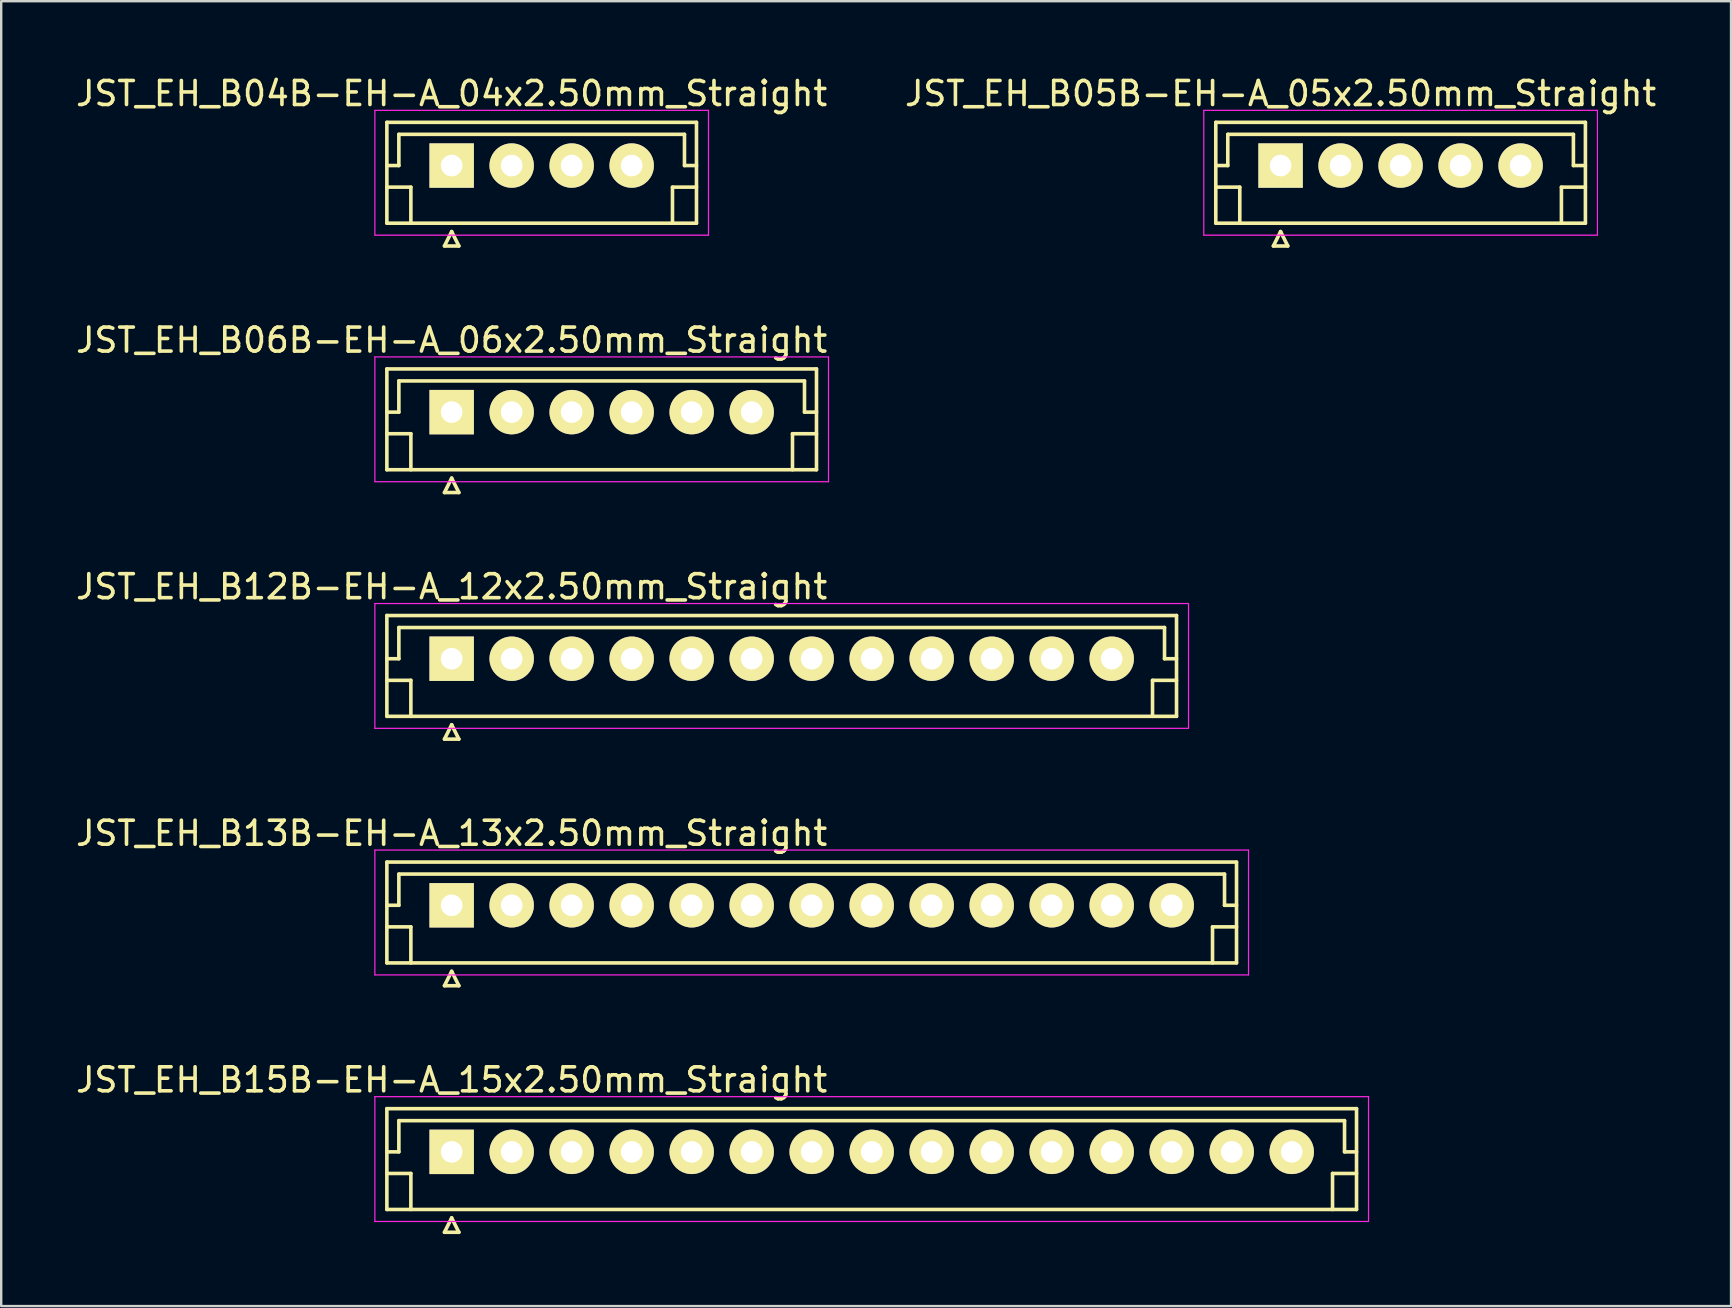
<source format=kicad_pcb>
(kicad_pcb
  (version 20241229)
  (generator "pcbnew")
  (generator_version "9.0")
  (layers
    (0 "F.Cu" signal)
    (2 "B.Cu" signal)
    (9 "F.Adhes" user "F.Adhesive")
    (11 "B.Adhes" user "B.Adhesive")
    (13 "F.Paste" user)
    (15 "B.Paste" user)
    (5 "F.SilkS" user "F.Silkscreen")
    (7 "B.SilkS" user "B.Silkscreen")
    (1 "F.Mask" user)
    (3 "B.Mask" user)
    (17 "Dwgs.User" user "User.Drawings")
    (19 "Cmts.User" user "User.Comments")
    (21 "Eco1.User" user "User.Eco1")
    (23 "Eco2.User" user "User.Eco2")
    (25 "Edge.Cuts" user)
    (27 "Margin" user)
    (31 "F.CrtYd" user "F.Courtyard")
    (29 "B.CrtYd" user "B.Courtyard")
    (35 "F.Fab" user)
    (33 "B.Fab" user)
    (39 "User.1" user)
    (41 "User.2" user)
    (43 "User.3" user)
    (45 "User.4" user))
  (footprint "JST_EH_B04B-EH-A_04x2.50mm_Straight"
    (layer "F.Cu")
    (at 15.768 3.848)
    (property "Reference" "JST_EH_B04B-EH-A_04x2.50mm_Straight" (at 0 -3 0) (layer "F.SilkS") (effects (font (size 1 1) (thickness 0.15))))
    (attr through_hole)
    (fp_line (start -2.7 -1.8) (end -2.7 2.4) (stroke (width 0.15) (type solid)) (layer "F.SilkS"))
    (fp_line (start -2.7 0) (end -2.2 0) (stroke (width 0.15) (type solid)) (layer "F.SilkS"))
    (fp_line (start -2.7 0.9) (end -1.7 0.9) (stroke (width 0.15) (type solid)) (layer "F.SilkS"))
    (fp_line (start -2.7 2.4) (end 10.2 2.4) (stroke (width 0.15) (type solid)) (layer "F.SilkS"))
    (fp_line (start -2.2 -1.3) (end 9.7 -1.3) (stroke (width 0.15) (type solid)) (layer "F.SilkS"))
    (fp_line (start -2.2 0) (end -2.2 -1.3) (stroke (width 0.15) (type solid)) (layer "F.SilkS"))
    (fp_line (start -1.7 0.9) (end -1.7 2.4) (stroke (width 0.15) (type solid)) (layer "F.SilkS"))
    (fp_line (start -0.3 3.35) (end 0.3 3.35) (stroke (width 0.15) (type solid)) (layer "F.SilkS"))
    (fp_line (start 0 2.75) (end -0.3 3.35) (stroke (width 0.15) (type solid)) (layer "F.SilkS"))
    (fp_line (start 0.3 3.35) (end 0 2.75) (stroke (width 0.15) (type solid)) (layer "F.SilkS"))
    (fp_line (start 9.2 0.9) (end 9.2 2.4) (stroke (width 0.15) (type solid)) (layer "F.SilkS"))
    (fp_line (start 9.7 -1.3) (end 9.7 0) (stroke (width 0.15) (type solid)) (layer "F.SilkS"))
    (fp_line (start 9.7 0) (end 10.2 0) (stroke (width 0.15) (type solid)) (layer "F.SilkS"))
    (fp_line (start 10.2 -1.8) (end -2.7 -1.8) (stroke (width 0.15) (type solid)) (layer "F.SilkS"))
    (fp_line (start 10.2 0.9) (end 9.2 0.9) (stroke (width 0.15) (type solid)) (layer "F.SilkS"))
    (fp_line (start 10.2 2.4) (end 10.2 -1.8) (stroke (width 0.15) (type solid)) (layer "F.SilkS"))
    (fp_line (start -3.2 -2.3) (end -3.2 2.9) (stroke (width 0.05) (type solid)) (layer "F.CrtYd"))
    (fp_line (start -3.2 2.9) (end 10.7 2.9) (stroke (width 0.05) (type solid)) (layer "F.CrtYd"))
    (fp_line (start 10.7 -2.3) (end -3.2 -2.3) (stroke (width 0.05) (type solid)) (layer "F.CrtYd"))
    (fp_line (start 10.7 2.9) (end 10.7 -2.3) (stroke (width 0.05) (type solid)) (layer "F.CrtYd"))
    (pad "1" thru_hole rect (at 0 0) (size 1.85 1.85) (drill 0.9) (layers "*.Cu" "*.Mask" "F.SilkS"))
    (pad "2" thru_hole circle (at 2.5 0) (size 1.85 1.85) (drill 0.9) (layers "*.Cu" "*.Mask" "F.SilkS"))
    (pad "3" thru_hole circle (at 5 0) (size 1.85 1.85) (drill 0.9) (layers "*.Cu" "*.Mask" "F.SilkS"))
    (pad "4" thru_hole circle (at 7.5 0) (size 1.85 1.85) (drill 0.9) (layers "*.Cu" "*.Mask" "F.SilkS")))
  (footprint "JST_EH_B05B-EH-A_05x2.50mm_Straight"
    (layer "F.Cu")
    (at 50.304 3.848)
    (property "Reference" "JST_EH_B05B-EH-A_05x2.50mm_Straight" (at 0 -3 0) (layer "F.SilkS") (effects (font (size 1 1) (thickness 0.15))))
    (attr through_hole)
    (fp_line (start -2.7 -1.8) (end -2.7 2.4) (stroke (width 0.15) (type solid)) (layer "F.SilkS"))
    (fp_line (start -2.7 0) (end -2.2 0) (stroke (width 0.15) (type solid)) (layer "F.SilkS"))
    (fp_line (start -2.7 0.9) (end -1.7 0.9) (stroke (width 0.15) (type solid)) (layer "F.SilkS"))
    (fp_line (start -2.7 2.4) (end 12.7 2.4) (stroke (width 0.15) (type solid)) (layer "F.SilkS"))
    (fp_line (start -2.2 -1.3) (end 12.2 -1.3) (stroke (width 0.15) (type solid)) (layer "F.SilkS"))
    (fp_line (start -2.2 0) (end -2.2 -1.3) (stroke (width 0.15) (type solid)) (layer "F.SilkS"))
    (fp_line (start -1.7 0.9) (end -1.7 2.4) (stroke (width 0.15) (type solid)) (layer "F.SilkS"))
    (fp_line (start -0.3 3.35) (end 0.3 3.35) (stroke (width 0.15) (type solid)) (layer "F.SilkS"))
    (fp_line (start 0 2.75) (end -0.3 3.35) (stroke (width 0.15) (type solid)) (layer "F.SilkS"))
    (fp_line (start 0.3 3.35) (end 0 2.75) (stroke (width 0.15) (type solid)) (layer "F.SilkS"))
    (fp_line (start 11.7 0.9) (end 11.7 2.4) (stroke (width 0.15) (type solid)) (layer "F.SilkS"))
    (fp_line (start 12.2 -1.3) (end 12.2 0) (stroke (width 0.15) (type solid)) (layer "F.SilkS"))
    (fp_line (start 12.2 0) (end 12.7 0) (stroke (width 0.15) (type solid)) (layer "F.SilkS"))
    (fp_line (start 12.7 -1.8) (end -2.7 -1.8) (stroke (width 0.15) (type solid)) (layer "F.SilkS"))
    (fp_line (start 12.7 0.9) (end 11.7 0.9) (stroke (width 0.15) (type solid)) (layer "F.SilkS"))
    (fp_line (start 12.7 2.4) (end 12.7 -1.8) (stroke (width 0.15) (type solid)) (layer "F.SilkS"))
    (fp_line (start -3.2 -2.3) (end -3.2 2.9) (stroke (width 0.05) (type solid)) (layer "F.CrtYd"))
    (fp_line (start -3.2 2.9) (end 13.2 2.9) (stroke (width 0.05) (type solid)) (layer "F.CrtYd"))
    (fp_line (start 13.2 -2.3) (end -3.2 -2.3) (stroke (width 0.05) (type solid)) (layer "F.CrtYd"))
    (fp_line (start 13.2 2.9) (end 13.2 -2.3) (stroke (width 0.05) (type solid)) (layer "F.CrtYd"))
    (pad "1" thru_hole rect (at 0 0) (size 1.85 1.85) (drill 0.9) (layers "*.Cu" "*.Mask" "F.SilkS"))
    (pad "2" thru_hole circle (at 2.5 0) (size 1.85 1.85) (drill 0.9) (layers "*.Cu" "*.Mask" "F.SilkS"))
    (pad "3" thru_hole circle (at 5 0) (size 1.85 1.85) (drill 0.9) (layers "*.Cu" "*.Mask" "F.SilkS"))
    (pad "4" thru_hole circle (at 7.5 0) (size 1.85 1.85) (drill 0.9) (layers "*.Cu" "*.Mask" "F.SilkS"))
    (pad "5" thru_hole circle (at 10 0) (size 1.85 1.85) (drill 0.9) (layers "*.Cu" "*.Mask" "F.SilkS")))
  (footprint "JST_EH_B13B-EH-A_13x2.50mm_Straight"
    (layer "F.Cu")
    (at 15.768 34.668)
    (property "Reference" "JST_EH_B13B-EH-A_13x2.50mm_Straight" (at 0 -3 0) (layer "F.SilkS") (effects (font (size 1 1) (thickness 0.15))))
    (attr through_hole)
    (fp_line (start -2.7 -1.8) (end -2.7 2.4) (stroke (width 0.15) (type solid)) (layer "F.SilkS"))
    (fp_line (start -2.7 0) (end -2.2 0) (stroke (width 0.15) (type solid)) (layer "F.SilkS"))
    (fp_line (start -2.7 0.9) (end -1.7 0.9) (stroke (width 0.15) (type solid)) (layer "F.SilkS"))
    (fp_line (start -2.7 2.4) (end 32.7 2.4) (stroke (width 0.15) (type solid)) (layer "F.SilkS"))
    (fp_line (start -2.2 -1.3) (end 32.2 -1.3) (stroke (width 0.15) (type solid)) (layer "F.SilkS"))
    (fp_line (start -2.2 0) (end -2.2 -1.3) (stroke (width 0.15) (type solid)) (layer "F.SilkS"))
    (fp_line (start -1.7 0.9) (end -1.7 2.4) (stroke (width 0.15) (type solid)) (layer "F.SilkS"))
    (fp_line (start -0.3 3.35) (end 0.3 3.35) (stroke (width 0.15) (type solid)) (layer "F.SilkS"))
    (fp_line (start 0 2.75) (end -0.3 3.35) (stroke (width 0.15) (type solid)) (layer "F.SilkS"))
    (fp_line (start 0.3 3.35) (end 0 2.75) (stroke (width 0.15) (type solid)) (layer "F.SilkS"))
    (fp_line (start 31.7 0.9) (end 31.7 2.4) (stroke (width 0.15) (type solid)) (layer "F.SilkS"))
    (fp_line (start 32.2 -1.3) (end 32.2 0) (stroke (width 0.15) (type solid)) (layer "F.SilkS"))
    (fp_line (start 32.2 0) (end 32.7 0) (stroke (width 0.15) (type solid)) (layer "F.SilkS"))
    (fp_line (start 32.7 -1.8) (end -2.7 -1.8) (stroke (width 0.15) (type solid)) (layer "F.SilkS"))
    (fp_line (start 32.7 0.9) (end 31.7 0.9) (stroke (width 0.15) (type solid)) (layer "F.SilkS"))
    (fp_line (start 32.7 2.4) (end 32.7 -1.8) (stroke (width 0.15) (type solid)) (layer "F.SilkS"))
    (fp_line (start -3.2 -2.3) (end -3.2 2.9) (stroke (width 0.05) (type solid)) (layer "F.CrtYd"))
    (fp_line (start -3.2 2.9) (end 33.2 2.9) (stroke (width 0.05) (type solid)) (layer "F.CrtYd"))
    (fp_line (start 33.2 -2.3) (end -3.2 -2.3) (stroke (width 0.05) (type solid)) (layer "F.CrtYd"))
    (fp_line (start 33.2 2.9) (end 33.2 -2.3) (stroke (width 0.05) (type solid)) (layer "F.CrtYd"))
    (pad "1" thru_hole rect (at 0 0) (size 1.85 1.85) (drill 0.9) (layers "*.Cu" "*.Mask" "F.SilkS"))
    (pad "2" thru_hole circle (at 2.5 0) (size 1.85 1.85) (drill 0.9) (layers "*.Cu" "*.Mask" "F.SilkS"))
    (pad "3" thru_hole circle (at 5 0) (size 1.85 1.85) (drill 0.9) (layers "*.Cu" "*.Mask" "F.SilkS"))
    (pad "4" thru_hole circle (at 7.5 0) (size 1.85 1.85) (drill 0.9) (layers "*.Cu" "*.Mask" "F.SilkS"))
    (pad "5" thru_hole circle (at 10 0) (size 1.85 1.85) (drill 0.9) (layers "*.Cu" "*.Mask" "F.SilkS"))
    (pad "6" thru_hole circle (at 12.5 0) (size 1.85 1.85) (drill 0.9) (layers "*.Cu" "*.Mask" "F.SilkS"))
    (pad "7" thru_hole circle (at 15 0) (size 1.85 1.85) (drill 0.9) (layers "*.Cu" "*.Mask" "F.SilkS"))
    (pad "8" thru_hole circle (at 17.5 0) (size 1.85 1.85) (drill 0.9) (layers "*.Cu" "*.Mask" "F.SilkS"))
    (pad "9" thru_hole circle (at 20 0) (size 1.85 1.85) (drill 0.9) (layers "*.Cu" "*.Mask" "F.SilkS"))
    (pad "10" thru_hole circle (at 22.5 0) (size 1.85 1.85) (drill 0.9) (layers "*.Cu" "*.Mask" "F.SilkS"))
    (pad "11" thru_hole circle (at 25 0) (size 1.85 1.85) (drill 0.9) (layers "*.Cu" "*.Mask" "F.SilkS"))
    (pad "12" thru_hole circle (at 27.5 0) (size 1.85 1.85) (drill 0.9) (layers "*.Cu" "*.Mask" "F.SilkS"))
    (pad "13" thru_hole circle (at 30 0) (size 1.85 1.85) (drill 0.9) (layers "*.Cu" "*.Mask" "F.SilkS")))
  (footprint "JST_EH_B12B-EH-A_12x2.50mm_Straight"
    (layer "F.Cu")
    (at 15.768 24.395)
    (property "Reference" "JST_EH_B12B-EH-A_12x2.50mm_Straight" (at 0 -3 0) (layer "F.SilkS") (effects (font (size 1 1) (thickness 0.15))))
    (attr through_hole)
    (fp_line (start -2.7 -1.8) (end -2.7 2.4) (stroke (width 0.15) (type solid)) (layer "F.SilkS"))
    (fp_line (start -2.7 0) (end -2.2 0) (stroke (width 0.15) (type solid)) (layer "F.SilkS"))
    (fp_line (start -2.7 0.9) (end -1.7 0.9) (stroke (width 0.15) (type solid)) (layer "F.SilkS"))
    (fp_line (start -2.7 2.4) (end 30.2 2.4) (stroke (width 0.15) (type solid)) (layer "F.SilkS"))
    (fp_line (start -2.2 -1.3) (end 29.7 -1.3) (stroke (width 0.15) (type solid)) (layer "F.SilkS"))
    (fp_line (start -2.2 0) (end -2.2 -1.3) (stroke (width 0.15) (type solid)) (layer "F.SilkS"))
    (fp_line (start -1.7 0.9) (end -1.7 2.4) (stroke (width 0.15) (type solid)) (layer "F.SilkS"))
    (fp_line (start -0.3 3.35) (end 0.3 3.35) (stroke (width 0.15) (type solid)) (layer "F.SilkS"))
    (fp_line (start 0 2.75) (end -0.3 3.35) (stroke (width 0.15) (type solid)) (layer "F.SilkS"))
    (fp_line (start 0.3 3.35) (end 0 2.75) (stroke (width 0.15) (type solid)) (layer "F.SilkS"))
    (fp_line (start 29.2 0.9) (end 29.2 2.4) (stroke (width 0.15) (type solid)) (layer "F.SilkS"))
    (fp_line (start 29.7 -1.3) (end 29.7 0) (stroke (width 0.15) (type solid)) (layer "F.SilkS"))
    (fp_line (start 29.7 0) (end 30.2 0) (stroke (width 0.15) (type solid)) (layer "F.SilkS"))
    (fp_line (start 30.2 -1.8) (end -2.7 -1.8) (stroke (width 0.15) (type solid)) (layer "F.SilkS"))
    (fp_line (start 30.2 0.9) (end 29.2 0.9) (stroke (width 0.15) (type solid)) (layer "F.SilkS"))
    (fp_line (start 30.2 2.4) (end 30.2 -1.8) (stroke (width 0.15) (type solid)) (layer "F.SilkS"))
    (fp_line (start -3.2 -2.3) (end -3.2 2.9) (stroke (width 0.05) (type solid)) (layer "F.CrtYd"))
    (fp_line (start -3.2 2.9) (end 30.7 2.9) (stroke (width 0.05) (type solid)) (layer "F.CrtYd"))
    (fp_line (start 30.7 -2.3) (end -3.2 -2.3) (stroke (width 0.05) (type solid)) (layer "F.CrtYd"))
    (fp_line (start 30.7 2.9) (end 30.7 -2.3) (stroke (width 0.05) (type solid)) (layer "F.CrtYd"))
    (pad "1" thru_hole rect (at 0 0) (size 1.85 1.85) (drill 0.9) (layers "*.Cu" "*.Mask" "F.SilkS"))
    (pad "2" thru_hole circle (at 2.5 0) (size 1.85 1.85) (drill 0.9) (layers "*.Cu" "*.Mask" "F.SilkS"))
    (pad "3" thru_hole circle (at 5 0) (size 1.85 1.85) (drill 0.9) (layers "*.Cu" "*.Mask" "F.SilkS"))
    (pad "4" thru_hole circle (at 7.5 0) (size 1.85 1.85) (drill 0.9) (layers "*.Cu" "*.Mask" "F.SilkS"))
    (pad "5" thru_hole circle (at 10 0) (size 1.85 1.85) (drill 0.9) (layers "*.Cu" "*.Mask" "F.SilkS"))
    (pad "6" thru_hole circle (at 12.5 0) (size 1.85 1.85) (drill 0.9) (layers "*.Cu" "*.Mask" "F.SilkS"))
    (pad "7" thru_hole circle (at 15 0) (size 1.85 1.85) (drill 0.9) (layers "*.Cu" "*.Mask" "F.SilkS"))
    (pad "8" thru_hole circle (at 17.5 0) (size 1.85 1.85) (drill 0.9) (layers "*.Cu" "*.Mask" "F.SilkS"))
    (pad "9" thru_hole circle (at 20 0) (size 1.85 1.85) (drill 0.9) (layers "*.Cu" "*.Mask" "F.SilkS"))
    (pad "10" thru_hole circle (at 22.5 0) (size 1.85 1.85) (drill 0.9) (layers "*.Cu" "*.Mask" "F.SilkS"))
    (pad "11" thru_hole circle (at 25 0) (size 1.85 1.85) (drill 0.9) (layers "*.Cu" "*.Mask" "F.SilkS"))
    (pad "12" thru_hole circle (at 27.5 0) (size 1.85 1.85) (drill 0.9) (layers "*.Cu" "*.Mask" "F.SilkS")))
  (footprint "JST_EH_B06B-EH-A_06x2.50mm_Straight"
    (layer "F.Cu")
    (at 15.768 14.121)
    (property "Reference" "JST_EH_B06B-EH-A_06x2.50mm_Straight" (at 0 -3 0) (layer "F.SilkS") (effects (font (size 1 1) (thickness 0.15))))
    (attr through_hole)
    (fp_line (start -2.7 -1.8) (end -2.7 2.4) (stroke (width 0.15) (type solid)) (layer "F.SilkS"))
    (fp_line (start -2.7 0) (end -2.2 0) (stroke (width 0.15) (type solid)) (layer "F.SilkS"))
    (fp_line (start -2.7 0.9) (end -1.7 0.9) (stroke (width 0.15) (type solid)) (layer "F.SilkS"))
    (fp_line (start -2.7 2.4) (end 15.2 2.4) (stroke (width 0.15) (type solid)) (layer "F.SilkS"))
    (fp_line (start -2.2 -1.3) (end 14.7 -1.3) (stroke (width 0.15) (type solid)) (layer "F.SilkS"))
    (fp_line (start -2.2 0) (end -2.2 -1.3) (stroke (width 0.15) (type solid)) (layer "F.SilkS"))
    (fp_line (start -1.7 0.9) (end -1.7 2.4) (stroke (width 0.15) (type solid)) (layer "F.SilkS"))
    (fp_line (start -0.3 3.35) (end 0.3 3.35) (stroke (width 0.15) (type solid)) (layer "F.SilkS"))
    (fp_line (start 0 2.75) (end -0.3 3.35) (stroke (width 0.15) (type solid)) (layer "F.SilkS"))
    (fp_line (start 0.3 3.35) (end 0 2.75) (stroke (width 0.15) (type solid)) (layer "F.SilkS"))
    (fp_line (start 14.2 0.9) (end 14.2 2.4) (stroke (width 0.15) (type solid)) (layer "F.SilkS"))
    (fp_line (start 14.7 -1.3) (end 14.7 0) (stroke (width 0.15) (type solid)) (layer "F.SilkS"))
    (fp_line (start 14.7 0) (end 15.2 0) (stroke (width 0.15) (type solid)) (layer "F.SilkS"))
    (fp_line (start 15.2 -1.8) (end -2.7 -1.8) (stroke (width 0.15) (type solid)) (layer "F.SilkS"))
    (fp_line (start 15.2 0.9) (end 14.2 0.9) (stroke (width 0.15) (type solid)) (layer "F.SilkS"))
    (fp_line (start 15.2 2.4) (end 15.2 -1.8) (stroke (width 0.15) (type solid)) (layer "F.SilkS"))
    (fp_line (start -3.2 -2.3) (end -3.2 2.9) (stroke (width 0.05) (type solid)) (layer "F.CrtYd"))
    (fp_line (start -3.2 2.9) (end 15.7 2.9) (stroke (width 0.05) (type solid)) (layer "F.CrtYd"))
    (fp_line (start 15.7 -2.3) (end -3.2 -2.3) (stroke (width 0.05) (type solid)) (layer "F.CrtYd"))
    (fp_line (start 15.7 2.9) (end 15.7 -2.3) (stroke (width 0.05) (type solid)) (layer "F.CrtYd"))
    (pad "1" thru_hole rect (at 0 0) (size 1.85 1.85) (drill 0.9) (layers "*.Cu" "*.Mask" "F.SilkS"))
    (pad "2" thru_hole circle (at 2.5 0) (size 1.85 1.85) (drill 0.9) (layers "*.Cu" "*.Mask" "F.SilkS"))
    (pad "3" thru_hole circle (at 5 0) (size 1.85 1.85) (drill 0.9) (layers "*.Cu" "*.Mask" "F.SilkS"))
    (pad "4" thru_hole circle (at 7.5 0) (size 1.85 1.85) (drill 0.9) (layers "*.Cu" "*.Mask" "F.SilkS"))
    (pad "5" thru_hole circle (at 10 0) (size 1.85 1.85) (drill 0.9) (layers "*.Cu" "*.Mask" "F.SilkS"))
    (pad "6" thru_hole circle (at 12.5 0) (size 1.85 1.85) (drill 0.9) (layers "*.Cu" "*.Mask" "F.SilkS")))
  (footprint "JST_EH_B15B-EH-A_15x2.50mm_Straight"
    (layer "F.Cu")
    (at 15.768 44.941)
    (property "Reference" "JST_EH_B15B-EH-A_15x2.50mm_Straight" (at 0 -3 0) (layer "F.SilkS") (effects (font (size 1 1) (thickness 0.15))))
    (attr through_hole)
    (fp_line (start -2.7 -1.8) (end -2.7 2.4) (stroke (width 0.15) (type solid)) (layer "F.SilkS"))
    (fp_line (start -2.7 0) (end -2.2 0) (stroke (width 0.15) (type solid)) (layer "F.SilkS"))
    (fp_line (start -2.7 0.9) (end -1.7 0.9) (stroke (width 0.15) (type solid)) (layer "F.SilkS"))
    (fp_line (start -2.7 2.4) (end 37.7 2.4) (stroke (width 0.15) (type solid)) (layer "F.SilkS"))
    (fp_line (start -2.2 -1.3) (end 37.2 -1.3) (stroke (width 0.15) (type solid)) (layer "F.SilkS"))
    (fp_line (start -2.2 0) (end -2.2 -1.3) (stroke (width 0.15) (type solid)) (layer "F.SilkS"))
    (fp_line (start -1.7 0.9) (end -1.7 2.4) (stroke (width 0.15) (type solid)) (layer "F.SilkS"))
    (fp_line (start -0.3 3.35) (end 0.3 3.35) (stroke (width 0.15) (type solid)) (layer "F.SilkS"))
    (fp_line (start 0 2.75) (end -0.3 3.35) (stroke (width 0.15) (type solid)) (layer "F.SilkS"))
    (fp_line (start 0.3 3.35) (end 0 2.75) (stroke (width 0.15) (type solid)) (layer "F.SilkS"))
    (fp_line (start 36.7 0.9) (end 36.7 2.4) (stroke (width 0.15) (type solid)) (layer "F.SilkS"))
    (fp_line (start 37.2 -1.3) (end 37.2 0) (stroke (width 0.15) (type solid)) (layer "F.SilkS"))
    (fp_line (start 37.2 0) (end 37.7 0) (stroke (width 0.15) (type solid)) (layer "F.SilkS"))
    (fp_line (start 37.7 -1.8) (end -2.7 -1.8) (stroke (width 0.15) (type solid)) (layer "F.SilkS"))
    (fp_line (start 37.7 0.9) (end 36.7 0.9) (stroke (width 0.15) (type solid)) (layer "F.SilkS"))
    (fp_line (start 37.7 2.4) (end 37.7 -1.8) (stroke (width 0.15) (type solid)) (layer "F.SilkS"))
    (fp_line (start -3.2 -2.3) (end -3.2 2.9) (stroke (width 0.05) (type solid)) (layer "F.CrtYd"))
    (fp_line (start -3.2 2.9) (end 38.2 2.9) (stroke (width 0.05) (type solid)) (layer "F.CrtYd"))
    (fp_line (start 38.2 -2.3) (end -3.2 -2.3) (stroke (width 0.05) (type solid)) (layer "F.CrtYd"))
    (fp_line (start 38.2 2.9) (end 38.2 -2.3) (stroke (width 0.05) (type solid)) (layer "F.CrtYd"))
    (pad "1" thru_hole rect (at 0 0) (size 1.85 1.85) (drill 0.9) (layers "*.Cu" "*.Mask" "F.SilkS"))
    (pad "2" thru_hole circle (at 2.5 0) (size 1.85 1.85) (drill 0.9) (layers "*.Cu" "*.Mask" "F.SilkS"))
    (pad "3" thru_hole circle (at 5 0) (size 1.85 1.85) (drill 0.9) (layers "*.Cu" "*.Mask" "F.SilkS"))
    (pad "4" thru_hole circle (at 7.5 0) (size 1.85 1.85) (drill 0.9) (layers "*.Cu" "*.Mask" "F.SilkS"))
    (pad "5" thru_hole circle (at 10 0) (size 1.85 1.85) (drill 0.9) (layers "*.Cu" "*.Mask" "F.SilkS"))
    (pad "6" thru_hole circle (at 12.5 0) (size 1.85 1.85) (drill 0.9) (layers "*.Cu" "*.Mask" "F.SilkS"))
    (pad "7" thru_hole circle (at 15 0) (size 1.85 1.85) (drill 0.9) (layers "*.Cu" "*.Mask" "F.SilkS"))
    (pad "8" thru_hole circle (at 17.5 0) (size 1.85 1.85) (drill 0.9) (layers "*.Cu" "*.Mask" "F.SilkS"))
    (pad "9" thru_hole circle (at 20 0) (size 1.85 1.85) (drill 0.9) (layers "*.Cu" "*.Mask" "F.SilkS"))
    (pad "10" thru_hole circle (at 22.5 0) (size 1.85 1.85) (drill 0.9) (layers "*.Cu" "*.Mask" "F.SilkS"))
    (pad "11" thru_hole circle (at 25 0) (size 1.85 1.85) (drill 0.9) (layers "*.Cu" "*.Mask" "F.SilkS"))
    (pad "12" thru_hole circle (at 27.5 0) (size 1.85 1.85) (drill 0.9) (layers "*.Cu" "*.Mask" "F.SilkS"))
    (pad "13" thru_hole circle (at 30 0) (size 1.85 1.85) (drill 0.9) (layers "*.Cu" "*.Mask" "F.SilkS"))
    (pad "14" thru_hole circle (at 32.5 0) (size 1.85 1.85) (drill 0.9) (layers "*.Cu" "*.Mask" "F.SilkS"))
    (pad "15" thru_hole circle (at 35 0) (size 1.85 1.85) (drill 0.9) (layers "*.Cu" "*.Mask" "F.SilkS")))
  (gr_rect
    (start -3 -3)
    (end 69.071 51.366)
    (stroke (width 0.1) (type default))
    (fill no)
    (layer "Edge.Cuts")))
</source>
